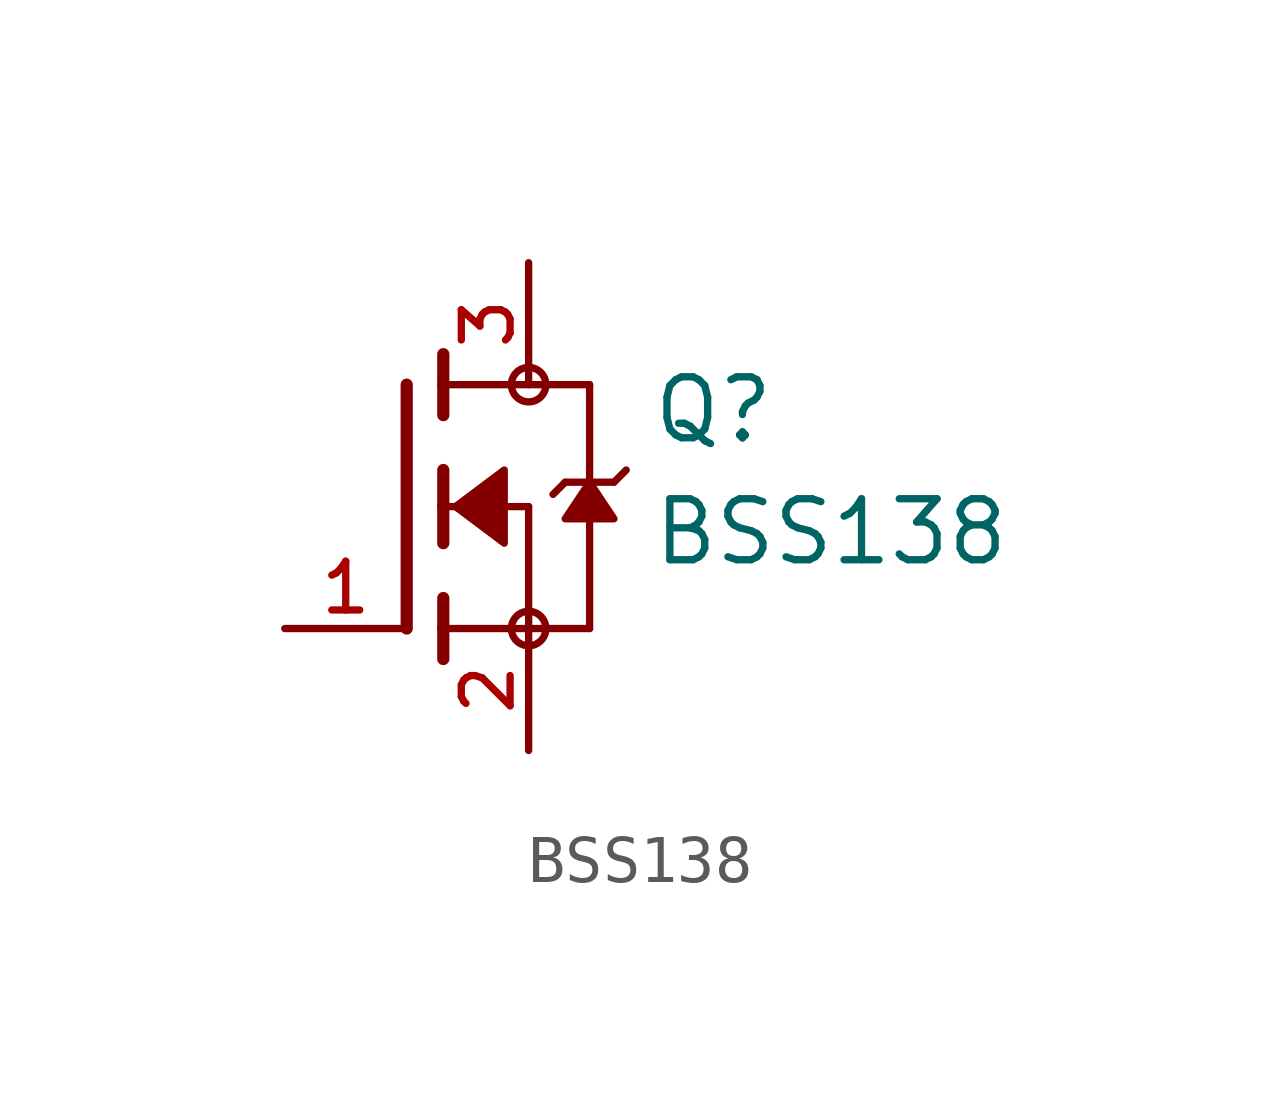
<source format=kicad_sym>
(kicad_symbol_lib
  (version 20211014)
  (generator kicad_symbol_editor)
  (symbol "BSS138"
    (pin_names
      (offset 1.016))
    (property "Reference" "Q"
      (at 5.08 1.27 0)
      (effects (font (size 1.27 1.27)) (justify bottom left)))
    (property "Value" "BSS138"
      (at 5.08 -1.27 0)
      (effects (font (size 1.27 1.27)) (justify bottom left)))
    (symbol "BSS138_0_0"
      (polyline (pts (xy 0.762 0.762) (xy 0.762 0.0)) (stroke (width 0.254)))
      (polyline (pts (xy 0.762 0.0) (xy 0.762 -0.762)) (stroke (width 0.254)))
      (polyline (pts (xy 0.762 3.175) (xy 0.762 2.54)) (stroke (width 0.254)))
      (polyline (pts (xy 0.762 2.54) (xy 0.762 1.905)) (stroke (width 0.254)))
      (polyline (pts (xy 0.762 0.0) (xy 2.54 0.0)) (stroke (width 0.152)))
      (polyline (pts (xy 2.54 0.0) (xy 2.54 -2.54)) (stroke (width 0.152)))
      (polyline (pts (xy 0.762 -1.905) (xy 0.762 -2.54)) (stroke (width 0.254)))
      (polyline (pts (xy 0.762 -2.54) (xy 0.762 -3.175)) (stroke (width 0.254)))
      (polyline (pts (xy 0.0 2.54) (xy 0.0 -2.54)) (stroke (width 0.254)))
      (polyline (pts (xy 2.54 -2.54) (xy 0.762 -2.54)) (stroke (width 0.152)))
      (polyline (pts (xy 3.81 2.54) (xy 3.81 0.508)) (stroke (width 0.152)))
      (polyline (pts (xy 3.81 0.508) (xy 3.81 -2.54)) (stroke (width 0.152)))
      (polyline (pts (xy 2.54 -2.54) (xy 3.81 -2.54)) (stroke (width 0.152)))
      (polyline (pts (xy 0.762 2.54) (xy 3.81 2.54)) (stroke (width 0.152)))
      (polyline (pts (xy 4.572 0.762) (xy 4.318 0.508)) (stroke (width 0.152)))
      (polyline (pts (xy 4.318 0.508) (xy 3.81 0.508)) (stroke (width 0.152)))
      (polyline (pts (xy 3.81 0.508) (xy 3.302 0.508)) (stroke (width 0.152)))
      (polyline (pts (xy 3.302 0.508) (xy 3.048 0.254)) (stroke (width 0.152)))
      (circle (center 2.54 -2.54) (radius 0.359) (stroke (width 0.0)) (fill (type none)))
      (circle (center 2.54 2.54) (radius 0.359) (stroke (width 0.0)) (fill (type none)))
      (polyline (pts (xy 3.81 0.508) (xy 3.302 -0.254) (xy 4.318 -0.254) (xy 3.81 0.508)) (stroke (width 0.152)) (fill (type outline)))
      (polyline (pts (xy 1.016 0.0) (xy 2.032 0.762) (xy 2.032 -0.762) (xy 1.016 0.0)) (stroke (width 0.152)) (fill (type outline)))
      (pin passive line (at 2.54 -5.08 90.0) (length 2.54) (name "~" (effects (font (size 1.016 1.016)))) (number "2" (effects (font (size 1.016 1.016)))))
      (pin passive line (at -2.54 -2.54 0) (length 2.54) (name "~" (effects (font (size 1.016 1.016)))) (number "1" (effects (font (size 1.016 1.016)))))
      (pin passive line (at 2.54 5.08 270.0) (length 2.54) (name "~" (effects (font (size 1.016 1.016)))) (number "3" (effects (font (size 1.016 1.016))))))))
</source>
